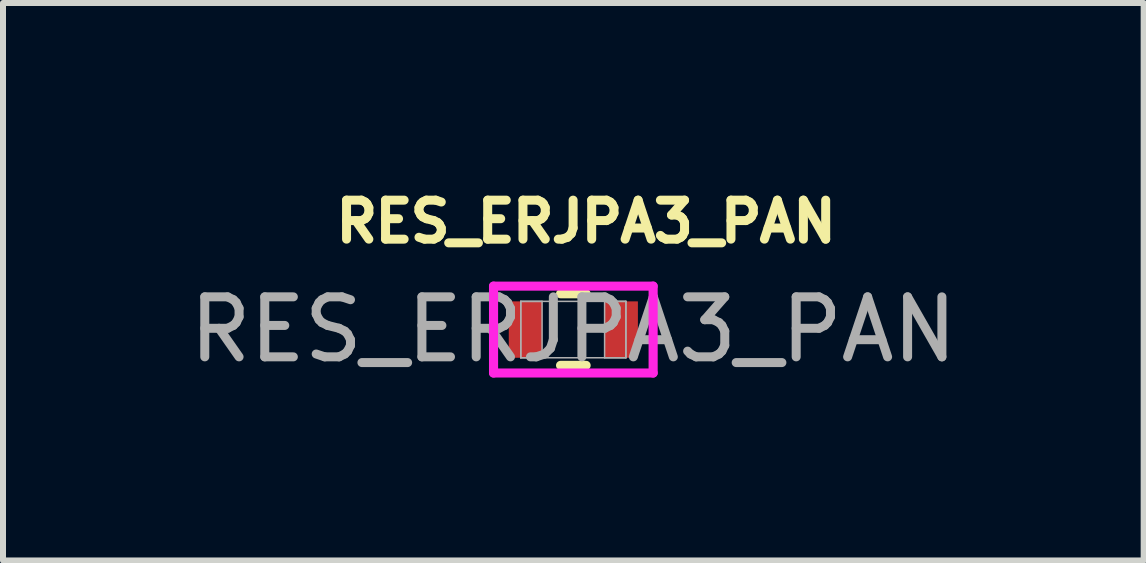
<source format=kicad_pcb>
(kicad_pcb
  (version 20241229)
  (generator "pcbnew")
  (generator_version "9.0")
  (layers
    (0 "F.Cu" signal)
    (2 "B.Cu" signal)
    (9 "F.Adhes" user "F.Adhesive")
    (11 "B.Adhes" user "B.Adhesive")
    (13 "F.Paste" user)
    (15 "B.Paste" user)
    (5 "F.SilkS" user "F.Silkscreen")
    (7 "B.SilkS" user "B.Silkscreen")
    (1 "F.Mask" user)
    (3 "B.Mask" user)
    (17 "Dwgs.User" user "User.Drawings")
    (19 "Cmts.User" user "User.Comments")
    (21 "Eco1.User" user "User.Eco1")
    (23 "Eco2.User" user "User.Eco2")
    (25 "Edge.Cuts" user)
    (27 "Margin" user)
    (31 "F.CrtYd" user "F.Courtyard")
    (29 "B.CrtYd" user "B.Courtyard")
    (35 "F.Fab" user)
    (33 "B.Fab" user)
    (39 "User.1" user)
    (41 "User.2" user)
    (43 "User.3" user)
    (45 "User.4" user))
  (footprint "RES_ERJPA3_PAN"
    (layer "F.Cu")
    (at 6.506 2.443)
    (property "Reference" "RES_ERJPA3_PAN" (at 0.213 -1.8 0) (unlocked yes) (layer "F.SilkS") (effects (font (size 0.65 0.65) (thickness 0.15))))
    (attr smd)
    (fp_line (start -0.213 0.597) (end 0.213 0.597) (stroke (width 0.152) (type solid)) (layer "F.SilkS"))
    (fp_line (start 0.213 -0.597) (end -0.213 -0.597) (stroke (width 0.152) (type solid)) (layer "F.SilkS"))
    (fp_line (start -1.33 -0.724) (end 1.33 -0.724) (stroke (width 0.152) (type solid)) (layer "F.CrtYd"))
    (fp_line (start -1.33 0.724) (end -1.33 -0.724) (stroke (width 0.152) (type solid)) (layer "F.CrtYd"))
    (fp_line (start 1.33 -0.724) (end 1.33 0.724) (stroke (width 0.152) (type solid)) (layer "F.CrtYd"))
    (fp_line (start 1.33 0.724) (end -1.33 0.724) (stroke (width 0.152) (type solid)) (layer "F.CrtYd"))
    (fp_line (start -0.876 -0.47) (end -0.876 0.47) (stroke (width 0.025) (type solid)) (layer "F.Fab"))
    (fp_line (start -0.876 -0.47) (end -0.876 0.47) (stroke (width 0.025) (type solid)) (layer "F.Fab"))
    (fp_line (start -0.876 0.47) (end -0.521 0.47) (stroke (width 0.025) (type solid)) (layer "F.Fab"))
    (fp_line (start -0.876 0.47) (end 0.876 0.47) (stroke (width 0.025) (type solid)) (layer "F.Fab"))
    (fp_line (start -0.521 -0.47) (end -0.876 -0.47) (stroke (width 0.025) (type solid)) (layer "F.Fab"))
    (fp_line (start -0.521 0.47) (end -0.521 -0.47) (stroke (width 0.025) (type solid)) (layer "F.Fab"))
    (fp_line (start 0.521 -0.47) (end 0.521 0.47) (stroke (width 0.025) (type solid)) (layer "F.Fab"))
    (fp_line (start 0.521 0.47) (end 0.876 0.47) (stroke (width 0.025) (type solid)) (layer "F.Fab"))
    (fp_line (start 0.876 -0.47) (end -0.876 -0.47) (stroke (width 0.025) (type solid)) (layer "F.Fab"))
    (fp_line (start 0.876 -0.47) (end 0.521 -0.47) (stroke (width 0.025) (type solid)) (layer "F.Fab"))
    (fp_line (start 0.876 0.47) (end 0.876 -0.47) (stroke (width 0.025) (type solid)) (layer "F.Fab"))
    (fp_line (start 0.876 0.47) (end 0.876 -0.47) (stroke (width 0.025) (type solid)) (layer "F.Fab"))
    (fp_text user "${REFERENCE}" (at 0 0 0) (unlocked yes) (layer "F.Fab") (effects (font (size 1 1) (thickness 0.15))))
    (pad "1" smd rect (at -0.798 0) (size 0.556 0.94) (layers "F.Cu" "F.Mask" "F.Paste"))
    (pad "2" smd rect (at 0.798 0) (size 0.556 0.94) (layers "F.Cu" "F.Mask" "F.Paste"))
    (zone (net_name "") (layer "F.Cu") (hatch full 0.508) (connect_pads) (min_thickness 0.254) (filled_areas_thickness no) (keepout (tracks not_allowed) (vias not_allowed) (pads allowed) (copperpour not_allowed) (footprints allowed)) (placement (enabled no)) (fill) (polygon (pts (xy 6.036 2.024) (xy 6.976 2.024) (xy 6.976 2.863) (xy 6.036 2.863)))))
  (gr_rect
    (start -3 -3)
    (end 16.012 6.292)
    (stroke (width 0.1) (type default))
    (fill no)
    (layer "Edge.Cuts")))
</source>
